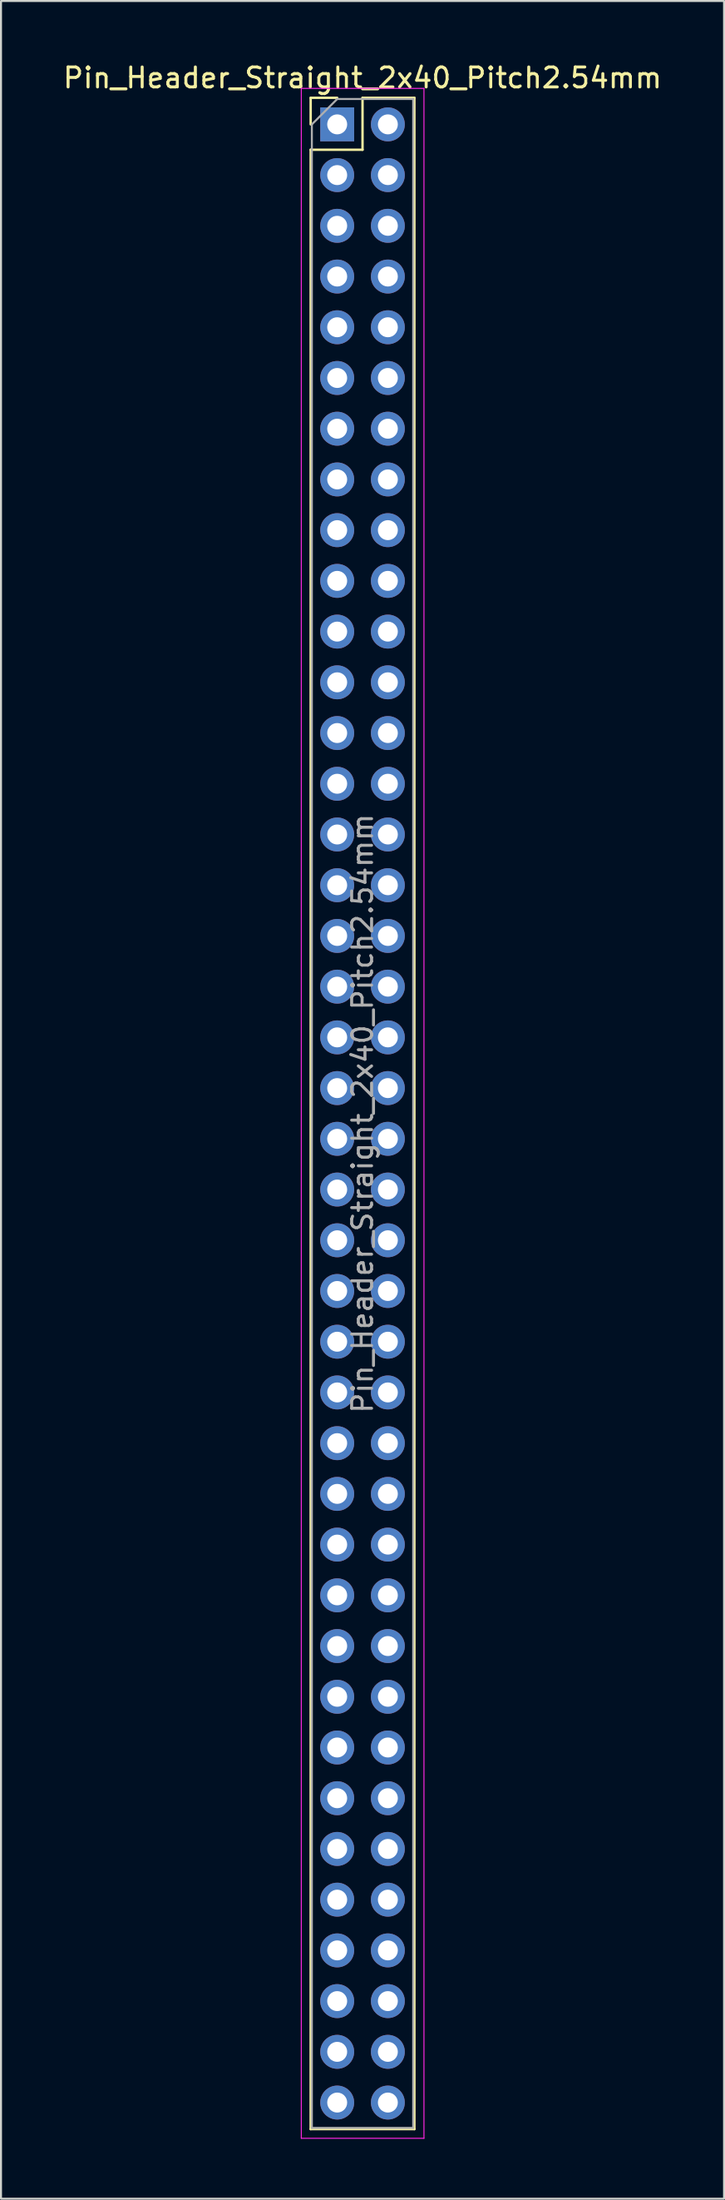
<source format=kicad_pcb>
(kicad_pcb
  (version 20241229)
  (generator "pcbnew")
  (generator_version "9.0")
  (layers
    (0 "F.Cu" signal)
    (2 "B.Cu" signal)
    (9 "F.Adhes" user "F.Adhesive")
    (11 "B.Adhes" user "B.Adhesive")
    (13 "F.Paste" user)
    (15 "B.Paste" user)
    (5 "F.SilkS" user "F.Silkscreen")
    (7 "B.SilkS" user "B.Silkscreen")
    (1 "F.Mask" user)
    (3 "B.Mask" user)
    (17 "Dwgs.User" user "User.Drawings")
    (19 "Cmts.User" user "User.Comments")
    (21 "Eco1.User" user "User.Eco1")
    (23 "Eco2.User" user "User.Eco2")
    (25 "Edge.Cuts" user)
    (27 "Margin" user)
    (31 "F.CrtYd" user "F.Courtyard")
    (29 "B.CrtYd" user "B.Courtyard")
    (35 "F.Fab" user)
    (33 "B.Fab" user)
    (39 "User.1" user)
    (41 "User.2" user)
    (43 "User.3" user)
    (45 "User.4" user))
  (footprint "Pin_Header_Straight_2x40_Pitch2.54mm"
    (layer "F.Cu")
    (at 13.855 3.178)
    (property "Reference" "Pin_Header_Straight_2x40_Pitch2.54mm" (at 1.27 -2.33 0) (layer "F.SilkS") (effects (font (size 1 1) (thickness 0.15))))
    (attr through_hole)
    (fp_line (start -1.33 -1.33) (end 0 -1.33) (stroke (width 0.12) (type solid)) (layer "F.SilkS"))
    (fp_line (start -1.33 0) (end -1.33 -1.33) (stroke (width 0.12) (type solid)) (layer "F.SilkS"))
    (fp_line (start -1.33 1.27) (end -1.33 100.39) (stroke (width 0.12) (type solid)) (layer "F.SilkS"))
    (fp_line (start -1.33 1.27) (end 1.27 1.27) (stroke (width 0.12) (type solid)) (layer "F.SilkS"))
    (fp_line (start -1.33 100.39) (end 3.87 100.39) (stroke (width 0.12) (type solid)) (layer "F.SilkS"))
    (fp_line (start 1.27 -1.33) (end 3.87 -1.33) (stroke (width 0.12) (type solid)) (layer "F.SilkS"))
    (fp_line (start 1.27 1.27) (end 1.27 -1.33) (stroke (width 0.12) (type solid)) (layer "F.SilkS"))
    (fp_line (start 3.87 -1.33) (end 3.87 100.39) (stroke (width 0.12) (type solid)) (layer "F.SilkS"))
    (fp_line (start -1.8 -1.8) (end -1.8 100.85) (stroke (width 0.05) (type solid)) (layer "F.CrtYd"))
    (fp_line (start -1.8 100.85) (end 4.35 100.85) (stroke (width 0.05) (type solid)) (layer "F.CrtYd"))
    (fp_line (start 4.35 -1.8) (end -1.8 -1.8) (stroke (width 0.05) (type solid)) (layer "F.CrtYd"))
    (fp_line (start 4.35 100.85) (end 4.35 -1.8) (stroke (width 0.05) (type solid)) (layer "F.CrtYd"))
    (fp_line (start -1.27 0) (end 0 -1.27) (stroke (width 0.1) (type solid)) (layer "F.Fab"))
    (fp_line (start -1.27 100.33) (end -1.27 0) (stroke (width 0.1) (type solid)) (layer "F.Fab"))
    (fp_line (start 0 -1.27) (end 3.81 -1.27) (stroke (width 0.1) (type solid)) (layer "F.Fab"))
    (fp_line (start 3.81 -1.27) (end 3.81 100.33) (stroke (width 0.1) (type solid)) (layer "F.Fab"))
    (fp_line (start 3.81 100.33) (end -1.27 100.33) (stroke (width 0.1) (type solid)) (layer "F.Fab"))
    (fp_text user "${REFERENCE}" (at 1.27 49.53 90) (layer "F.Fab") (effects (font (size 1 1) (thickness 0.15))))
    (pad "1" thru_hole rect (at 0 0) (size 1.7 1.7) (drill 1) (layers "*.Cu" "*.Mask"))
    (pad "2" thru_hole oval (at 2.54 0) (size 1.7 1.7) (drill 1) (layers "*.Cu" "*.Mask"))
    (pad "3" thru_hole oval (at 0 2.54) (size 1.7 1.7) (drill 1) (layers "*.Cu" "*.Mask"))
    (pad "4" thru_hole oval (at 2.54 2.54) (size 1.7 1.7) (drill 1) (layers "*.Cu" "*.Mask"))
    (pad "5" thru_hole oval (at 0 5.08) (size 1.7 1.7) (drill 1) (layers "*.Cu" "*.Mask"))
    (pad "6" thru_hole oval (at 2.54 5.08) (size 1.7 1.7) (drill 1) (layers "*.Cu" "*.Mask"))
    (pad "7" thru_hole oval (at 0 7.62) (size 1.7 1.7) (drill 1) (layers "*.Cu" "*.Mask"))
    (pad "8" thru_hole oval (at 2.54 7.62) (size 1.7 1.7) (drill 1) (layers "*.Cu" "*.Mask"))
    (pad "9" thru_hole oval (at 0 10.16) (size 1.7 1.7) (drill 1) (layers "*.Cu" "*.Mask"))
    (pad "10" thru_hole oval (at 2.54 10.16) (size 1.7 1.7) (drill 1) (layers "*.Cu" "*.Mask"))
    (pad "11" thru_hole oval (at 0 12.7) (size 1.7 1.7) (drill 1) (layers "*.Cu" "*.Mask"))
    (pad "12" thru_hole oval (at 2.54 12.7) (size 1.7 1.7) (drill 1) (layers "*.Cu" "*.Mask"))
    (pad "13" thru_hole oval (at 0 15.24) (size 1.7 1.7) (drill 1) (layers "*.Cu" "*.Mask"))
    (pad "14" thru_hole oval (at 2.54 15.24) (size 1.7 1.7) (drill 1) (layers "*.Cu" "*.Mask"))
    (pad "15" thru_hole oval (at 0 17.78) (size 1.7 1.7) (drill 1) (layers "*.Cu" "*.Mask"))
    (pad "16" thru_hole oval (at 2.54 17.78) (size 1.7 1.7) (drill 1) (layers "*.Cu" "*.Mask"))
    (pad "17" thru_hole oval (at 0 20.32) (size 1.7 1.7) (drill 1) (layers "*.Cu" "*.Mask"))
    (pad "18" thru_hole oval (at 2.54 20.32) (size 1.7 1.7) (drill 1) (layers "*.Cu" "*.Mask"))
    (pad "19" thru_hole oval (at 0 22.86) (size 1.7 1.7) (drill 1) (layers "*.Cu" "*.Mask"))
    (pad "20" thru_hole oval (at 2.54 22.86) (size 1.7 1.7) (drill 1) (layers "*.Cu" "*.Mask"))
    (pad "21" thru_hole oval (at 0 25.4) (size 1.7 1.7) (drill 1) (layers "*.Cu" "*.Mask"))
    (pad "22" thru_hole oval (at 2.54 25.4) (size 1.7 1.7) (drill 1) (layers "*.Cu" "*.Mask"))
    (pad "23" thru_hole oval (at 0 27.94) (size 1.7 1.7) (drill 1) (layers "*.Cu" "*.Mask"))
    (pad "24" thru_hole oval (at 2.54 27.94) (size 1.7 1.7) (drill 1) (layers "*.Cu" "*.Mask"))
    (pad "25" thru_hole oval (at 0 30.48) (size 1.7 1.7) (drill 1) (layers "*.Cu" "*.Mask"))
    (pad "26" thru_hole oval (at 2.54 30.48) (size 1.7 1.7) (drill 1) (layers "*.Cu" "*.Mask"))
    (pad "27" thru_hole oval (at 0 33.02) (size 1.7 1.7) (drill 1) (layers "*.Cu" "*.Mask"))
    (pad "28" thru_hole oval (at 2.54 33.02) (size 1.7 1.7) (drill 1) (layers "*.Cu" "*.Mask"))
    (pad "29" thru_hole oval (at 0 35.56) (size 1.7 1.7) (drill 1) (layers "*.Cu" "*.Mask"))
    (pad "30" thru_hole oval (at 2.54 35.56) (size 1.7 1.7) (drill 1) (layers "*.Cu" "*.Mask"))
    (pad "31" thru_hole oval (at 0 38.1) (size 1.7 1.7) (drill 1) (layers "*.Cu" "*.Mask"))
    (pad "32" thru_hole oval (at 2.54 38.1) (size 1.7 1.7) (drill 1) (layers "*.Cu" "*.Mask"))
    (pad "33" thru_hole oval (at 0 40.64) (size 1.7 1.7) (drill 1) (layers "*.Cu" "*.Mask"))
    (pad "34" thru_hole oval (at 2.54 40.64) (size 1.7 1.7) (drill 1) (layers "*.Cu" "*.Mask"))
    (pad "35" thru_hole oval (at 0 43.18) (size 1.7 1.7) (drill 1) (layers "*.Cu" "*.Mask"))
    (pad "36" thru_hole oval (at 2.54 43.18) (size 1.7 1.7) (drill 1) (layers "*.Cu" "*.Mask"))
    (pad "37" thru_hole oval (at 0 45.72) (size 1.7 1.7) (drill 1) (layers "*.Cu" "*.Mask"))
    (pad "38" thru_hole oval (at 2.54 45.72) (size 1.7 1.7) (drill 1) (layers "*.Cu" "*.Mask"))
    (pad "39" thru_hole oval (at 0 48.26) (size 1.7 1.7) (drill 1) (layers "*.Cu" "*.Mask"))
    (pad "40" thru_hole oval (at 2.54 48.26) (size 1.7 1.7) (drill 1) (layers "*.Cu" "*.Mask"))
    (pad "41" thru_hole oval (at 0 50.8) (size 1.7 1.7) (drill 1) (layers "*.Cu" "*.Mask"))
    (pad "42" thru_hole oval (at 2.54 50.8) (size 1.7 1.7) (drill 1) (layers "*.Cu" "*.Mask"))
    (pad "43" thru_hole oval (at 0 53.34) (size 1.7 1.7) (drill 1) (layers "*.Cu" "*.Mask"))
    (pad "44" thru_hole oval (at 2.54 53.34) (size 1.7 1.7) (drill 1) (layers "*.Cu" "*.Mask"))
    (pad "45" thru_hole oval (at 0 55.88) (size 1.7 1.7) (drill 1) (layers "*.Cu" "*.Mask"))
    (pad "46" thru_hole oval (at 2.54 55.88) (size 1.7 1.7) (drill 1) (layers "*.Cu" "*.Mask"))
    (pad "47" thru_hole oval (at 0 58.42) (size 1.7 1.7) (drill 1) (layers "*.Cu" "*.Mask"))
    (pad "48" thru_hole oval (at 2.54 58.42) (size 1.7 1.7) (drill 1) (layers "*.Cu" "*.Mask"))
    (pad "49" thru_hole oval (at 0 60.96) (size 1.7 1.7) (drill 1) (layers "*.Cu" "*.Mask"))
    (pad "50" thru_hole oval (at 2.54 60.96) (size 1.7 1.7) (drill 1) (layers "*.Cu" "*.Mask"))
    (pad "51" thru_hole oval (at 0 63.5) (size 1.7 1.7) (drill 1) (layers "*.Cu" "*.Mask"))
    (pad "52" thru_hole oval (at 2.54 63.5) (size 1.7 1.7) (drill 1) (layers "*.Cu" "*.Mask"))
    (pad "53" thru_hole oval (at 0 66.04) (size 1.7 1.7) (drill 1) (layers "*.Cu" "*.Mask"))
    (pad "54" thru_hole oval (at 2.54 66.04) (size 1.7 1.7) (drill 1) (layers "*.Cu" "*.Mask"))
    (pad "55" thru_hole oval (at 0 68.58) (size 1.7 1.7) (drill 1) (layers "*.Cu" "*.Mask"))
    (pad "56" thru_hole oval (at 2.54 68.58) (size 1.7 1.7) (drill 1) (layers "*.Cu" "*.Mask"))
    (pad "57" thru_hole oval (at 0 71.12) (size 1.7 1.7) (drill 1) (layers "*.Cu" "*.Mask"))
    (pad "58" thru_hole oval (at 2.54 71.12) (size 1.7 1.7) (drill 1) (layers "*.Cu" "*.Mask"))
    (pad "59" thru_hole oval (at 0 73.66) (size 1.7 1.7) (drill 1) (layers "*.Cu" "*.Mask"))
    (pad "60" thru_hole oval (at 2.54 73.66) (size 1.7 1.7) (drill 1) (layers "*.Cu" "*.Mask"))
    (pad "61" thru_hole oval (at 0 76.2) (size 1.7 1.7) (drill 1) (layers "*.Cu" "*.Mask"))
    (pad "62" thru_hole oval (at 2.54 76.2) (size 1.7 1.7) (drill 1) (layers "*.Cu" "*.Mask"))
    (pad "63" thru_hole oval (at 0 78.74) (size 1.7 1.7) (drill 1) (layers "*.Cu" "*.Mask"))
    (pad "64" thru_hole oval (at 2.54 78.74) (size 1.7 1.7) (drill 1) (layers "*.Cu" "*.Mask"))
    (pad "65" thru_hole oval (at 0 81.28) (size 1.7 1.7) (drill 1) (layers "*.Cu" "*.Mask"))
    (pad "66" thru_hole oval (at 2.54 81.28) (size 1.7 1.7) (drill 1) (layers "*.Cu" "*.Mask"))
    (pad "67" thru_hole oval (at 0 83.82) (size 1.7 1.7) (drill 1) (layers "*.Cu" "*.Mask"))
    (pad "68" thru_hole oval (at 2.54 83.82) (size 1.7 1.7) (drill 1) (layers "*.Cu" "*.Mask"))
    (pad "69" thru_hole oval (at 0 86.36) (size 1.7 1.7) (drill 1) (layers "*.Cu" "*.Mask"))
    (pad "70" thru_hole oval (at 2.54 86.36) (size 1.7 1.7) (drill 1) (layers "*.Cu" "*.Mask"))
    (pad "71" thru_hole oval (at 0 88.9) (size 1.7 1.7) (drill 1) (layers "*.Cu" "*.Mask"))
    (pad "72" thru_hole oval (at 2.54 88.9) (size 1.7 1.7) (drill 1) (layers "*.Cu" "*.Mask"))
    (pad "73" thru_hole oval (at 0 91.44) (size 1.7 1.7) (drill 1) (layers "*.Cu" "*.Mask"))
    (pad "74" thru_hole oval (at 2.54 91.44) (size 1.7 1.7) (drill 1) (layers "*.Cu" "*.Mask"))
    (pad "75" thru_hole oval (at 0 93.98) (size 1.7 1.7) (drill 1) (layers "*.Cu" "*.Mask"))
    (pad "76" thru_hole oval (at 2.54 93.98) (size 1.7 1.7) (drill 1) (layers "*.Cu" "*.Mask"))
    (pad "77" thru_hole oval (at 0 96.52) (size 1.7 1.7) (drill 1) (layers "*.Cu" "*.Mask"))
    (pad "78" thru_hole oval (at 2.54 96.52) (size 1.7 1.7) (drill 1) (layers "*.Cu" "*.Mask"))
    (pad "79" thru_hole oval (at 0 99.06) (size 1.7 1.7) (drill 1) (layers "*.Cu" "*.Mask"))
    (pad "80" thru_hole oval (at 2.54 99.06) (size 1.7 1.7) (drill 1) (layers "*.Cu" "*.Mask")))
  (gr_rect
    (start -3 -3)
    (end 33.25 107.053)
    (stroke (width 0.1) (type default))
    (fill no)
    (layer "Edge.Cuts")))
</source>
